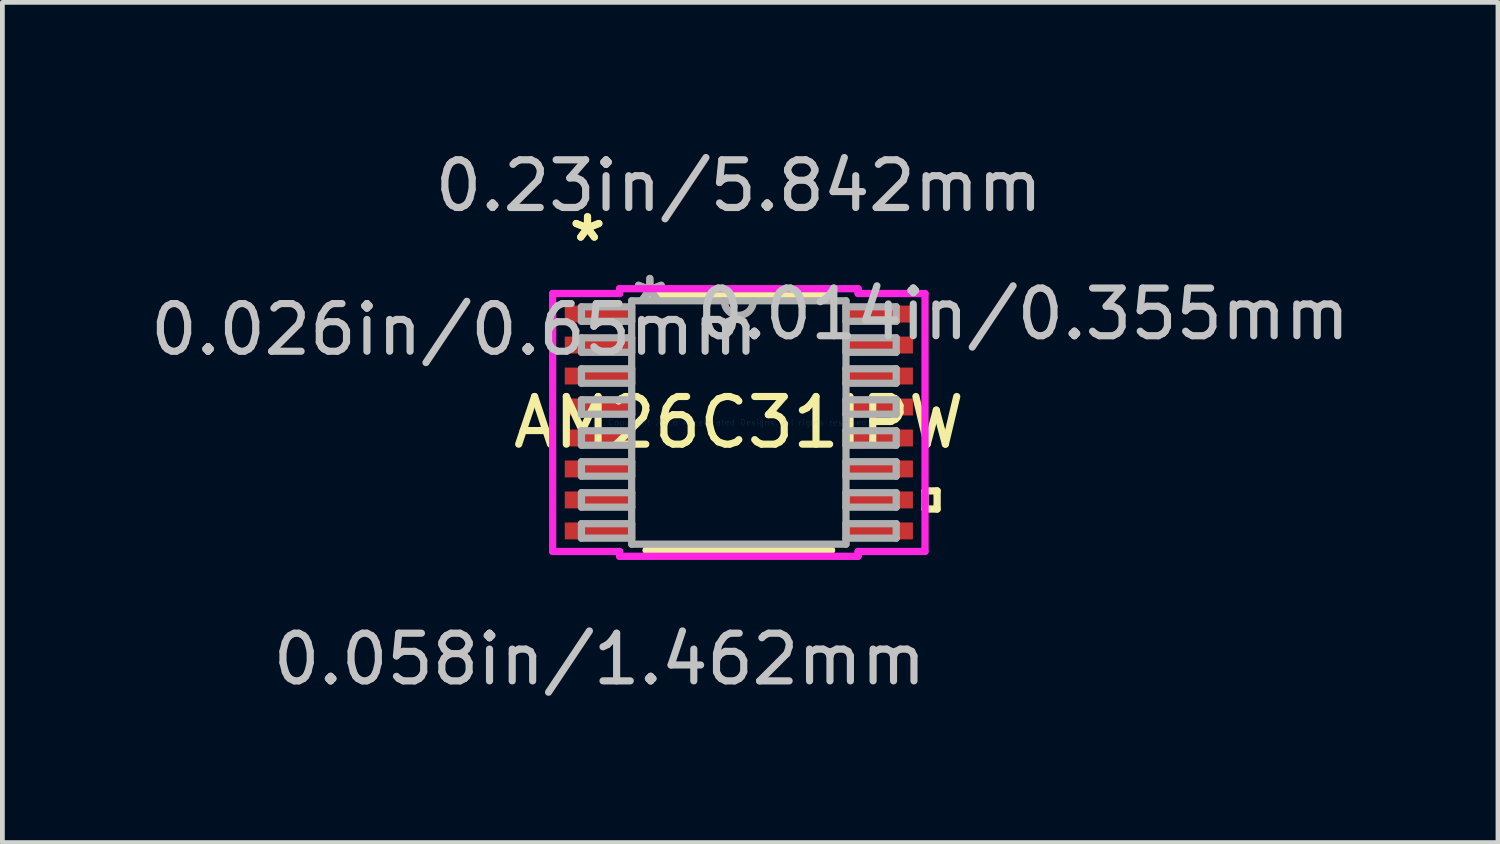
<source format=kicad_pcb>
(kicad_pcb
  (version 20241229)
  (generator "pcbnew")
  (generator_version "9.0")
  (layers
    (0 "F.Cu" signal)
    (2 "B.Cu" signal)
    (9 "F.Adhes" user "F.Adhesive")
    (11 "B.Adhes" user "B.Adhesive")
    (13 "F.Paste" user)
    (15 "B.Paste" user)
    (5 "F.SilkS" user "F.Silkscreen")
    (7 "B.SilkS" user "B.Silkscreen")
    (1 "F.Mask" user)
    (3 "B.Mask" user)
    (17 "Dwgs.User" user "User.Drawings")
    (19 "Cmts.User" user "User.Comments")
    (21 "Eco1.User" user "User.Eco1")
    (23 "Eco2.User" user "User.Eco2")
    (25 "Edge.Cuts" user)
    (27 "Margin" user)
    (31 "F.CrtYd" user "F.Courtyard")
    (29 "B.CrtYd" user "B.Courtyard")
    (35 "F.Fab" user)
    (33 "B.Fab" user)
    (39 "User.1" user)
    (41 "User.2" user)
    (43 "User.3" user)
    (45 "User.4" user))
  (footprint "AM26C31IPW"
    (layer "F.Cu")
    (at 12.451 5.814)
    (property "Reference" "AM26C31IPW" (at 0 0 0) (layer "F.SilkS") (effects (font (size 1 1) (thickness 0.15))))
    (attr through_hole)
    (fp_line (start -1.947 2.68) (end 1.947 2.68) (stroke (width 0.152) (type solid)) (layer "F.SilkS"))
    (fp_line (start 1.947 -2.68) (end -1.947 -2.68) (stroke (width 0.152) (type solid)) (layer "F.SilkS"))
    (fp_line (start 3.906 1.435) (end 4.16 1.435) (stroke (width 0.152) (type solid)) (layer "F.SilkS"))
    (fp_line (start 3.906 1.816) (end 3.906 1.435) (stroke (width 0.152) (type solid)) (layer "F.SilkS"))
    (fp_line (start 4.16 1.435) (end 4.16 1.816) (stroke (width 0.152) (type solid)) (layer "F.SilkS"))
    (fp_line (start 4.16 1.816) (end 3.906 1.816) (stroke (width 0.152) (type solid)) (layer "F.SilkS"))
    (fp_line (start -3.906 -2.706) (end -2.502 -2.706) (stroke (width 0.152) (type solid)) (layer "F.CrtYd"))
    (fp_line (start -3.906 2.706) (end -3.906 -2.706) (stroke (width 0.152) (type solid)) (layer "F.CrtYd"))
    (fp_line (start -2.502 -2.807) (end 2.502 -2.807) (stroke (width 0.152) (type solid)) (layer "F.CrtYd"))
    (fp_line (start -2.502 -2.706) (end -2.502 -2.807) (stroke (width 0.152) (type solid)) (layer "F.CrtYd"))
    (fp_line (start -2.502 2.706) (end -3.906 2.706) (stroke (width 0.152) (type solid)) (layer "F.CrtYd"))
    (fp_line (start -2.502 2.807) (end -2.502 2.706) (stroke (width 0.152) (type solid)) (layer "F.CrtYd"))
    (fp_line (start 2.502 -2.807) (end 2.502 -2.706) (stroke (width 0.152) (type solid)) (layer "F.CrtYd"))
    (fp_line (start 2.502 -2.706) (end 3.906 -2.706) (stroke (width 0.152) (type solid)) (layer "F.CrtYd"))
    (fp_line (start 2.502 2.706) (end 2.502 2.807) (stroke (width 0.152) (type solid)) (layer "F.CrtYd"))
    (fp_line (start 2.502 2.807) (end -2.502 2.807) (stroke (width 0.152) (type solid)) (layer "F.CrtYd"))
    (fp_line (start 3.906 -2.706) (end 3.906 2.706) (stroke (width 0.152) (type solid)) (layer "F.CrtYd"))
    (fp_line (start 3.906 2.706) (end 2.502 2.706) (stroke (width 0.152) (type solid)) (layer "F.CrtYd"))
    (fp_line (start -3.302 -2.427) (end -3.302 -2.123) (stroke (width 0.152) (type solid)) (layer "F.Fab"))
    (fp_line (start -3.302 -2.123) (end -2.248 -2.123) (stroke (width 0.152) (type solid)) (layer "F.Fab"))
    (fp_line (start -3.302 -1.777) (end -3.302 -1.473) (stroke (width 0.152) (type solid)) (layer "F.Fab"))
    (fp_line (start -3.302 -1.473) (end -2.248 -1.473) (stroke (width 0.152) (type solid)) (layer "F.Fab"))
    (fp_line (start -3.302 -1.127) (end -3.302 -0.823) (stroke (width 0.152) (type solid)) (layer "F.Fab"))
    (fp_line (start -3.302 -0.823) (end -2.248 -0.823) (stroke (width 0.152) (type solid)) (layer "F.Fab"))
    (fp_line (start -3.302 -0.477) (end -3.302 -0.173) (stroke (width 0.152) (type solid)) (layer "F.Fab"))
    (fp_line (start -3.302 -0.173) (end -2.248 -0.173) (stroke (width 0.152) (type solid)) (layer "F.Fab"))
    (fp_line (start -3.302 0.173) (end -3.302 0.477) (stroke (width 0.152) (type solid)) (layer "F.Fab"))
    (fp_line (start -3.302 0.477) (end -2.248 0.477) (stroke (width 0.152) (type solid)) (layer "F.Fab"))
    (fp_line (start -3.302 0.823) (end -3.302 1.127) (stroke (width 0.152) (type solid)) (layer "F.Fab"))
    (fp_line (start -3.302 1.127) (end -2.248 1.127) (stroke (width 0.152) (type solid)) (layer "F.Fab"))
    (fp_line (start -3.302 1.473) (end -3.302 1.777) (stroke (width 0.152) (type solid)) (layer "F.Fab"))
    (fp_line (start -3.302 1.777) (end -2.248 1.777) (stroke (width 0.152) (type solid)) (layer "F.Fab"))
    (fp_line (start -3.302 2.123) (end -3.302 2.427) (stroke (width 0.152) (type solid)) (layer "F.Fab"))
    (fp_line (start -3.302 2.427) (end -2.248 2.427) (stroke (width 0.152) (type solid)) (layer "F.Fab"))
    (fp_line (start -2.248 -2.553) (end -2.248 2.553) (stroke (width 0.152) (type solid)) (layer "F.Fab"))
    (fp_line (start -2.248 -2.427) (end -3.302 -2.427) (stroke (width 0.152) (type solid)) (layer "F.Fab"))
    (fp_line (start -2.248 -2.123) (end -2.248 -2.427) (stroke (width 0.152) (type solid)) (layer "F.Fab"))
    (fp_line (start -2.248 -1.777) (end -3.302 -1.777) (stroke (width 0.152) (type solid)) (layer "F.Fab"))
    (fp_line (start -2.248 -1.473) (end -2.248 -1.777) (stroke (width 0.152) (type solid)) (layer "F.Fab"))
    (fp_line (start -2.248 -1.127) (end -3.302 -1.127) (stroke (width 0.152) (type solid)) (layer "F.Fab"))
    (fp_line (start -2.248 -0.823) (end -2.248 -1.127) (stroke (width 0.152) (type solid)) (layer "F.Fab"))
    (fp_line (start -2.248 -0.477) (end -3.302 -0.477) (stroke (width 0.152) (type solid)) (layer "F.Fab"))
    (fp_line (start -2.248 -0.173) (end -2.248 -0.477) (stroke (width 0.152) (type solid)) (layer "F.Fab"))
    (fp_line (start -2.248 0.173) (end -3.302 0.173) (stroke (width 0.152) (type solid)) (layer "F.Fab"))
    (fp_line (start -2.248 0.477) (end -2.248 0.173) (stroke (width 0.152) (type solid)) (layer "F.Fab"))
    (fp_line (start -2.248 0.823) (end -3.302 0.823) (stroke (width 0.152) (type solid)) (layer "F.Fab"))
    (fp_line (start -2.248 1.127) (end -2.248 0.823) (stroke (width 0.152) (type solid)) (layer "F.Fab"))
    (fp_line (start -2.248 1.473) (end -3.302 1.473) (stroke (width 0.152) (type solid)) (layer "F.Fab"))
    (fp_line (start -2.248 1.777) (end -2.248 1.473) (stroke (width 0.152) (type solid)) (layer "F.Fab"))
    (fp_line (start -2.248 2.123) (end -3.302 2.123) (stroke (width 0.152) (type solid)) (layer "F.Fab"))
    (fp_line (start -2.248 2.427) (end -2.248 2.123) (stroke (width 0.152) (type solid)) (layer "F.Fab"))
    (fp_line (start -2.248 2.553) (end 2.248 2.553) (stroke (width 0.152) (type solid)) (layer "F.Fab"))
    (fp_line (start 2.248 -2.553) (end -2.248 -2.553) (stroke (width 0.152) (type solid)) (layer "F.Fab"))
    (fp_line (start 2.248 -2.427) (end 2.248 -2.123) (stroke (width 0.152) (type solid)) (layer "F.Fab"))
    (fp_line (start 2.248 -2.123) (end 3.302 -2.123) (stroke (width 0.152) (type solid)) (layer "F.Fab"))
    (fp_line (start 2.248 -1.777) (end 2.248 -1.473) (stroke (width 0.152) (type solid)) (layer "F.Fab"))
    (fp_line (start 2.248 -1.473) (end 3.302 -1.473) (stroke (width 0.152) (type solid)) (layer "F.Fab"))
    (fp_line (start 2.248 -1.127) (end 2.248 -0.823) (stroke (width 0.152) (type solid)) (layer "F.Fab"))
    (fp_line (start 2.248 -0.823) (end 3.302 -0.823) (stroke (width 0.152) (type solid)) (layer "F.Fab"))
    (fp_line (start 2.248 -0.477) (end 2.248 -0.173) (stroke (width 0.152) (type solid)) (layer "F.Fab"))
    (fp_line (start 2.248 -0.173) (end 3.302 -0.173) (stroke (width 0.152) (type solid)) (layer "F.Fab"))
    (fp_line (start 2.248 0.173) (end 2.248 0.477) (stroke (width 0.152) (type solid)) (layer "F.Fab"))
    (fp_line (start 2.248 0.477) (end 3.302 0.477) (stroke (width 0.152) (type solid)) (layer "F.Fab"))
    (fp_line (start 2.248 0.823) (end 2.248 1.127) (stroke (width 0.152) (type solid)) (layer "F.Fab"))
    (fp_line (start 2.248 1.127) (end 3.302 1.127) (stroke (width 0.152) (type solid)) (layer "F.Fab"))
    (fp_line (start 2.248 1.473) (end 2.248 1.777) (stroke (width 0.152) (type solid)) (layer "F.Fab"))
    (fp_line (start 2.248 1.777) (end 3.302 1.777) (stroke (width 0.152) (type solid)) (layer "F.Fab"))
    (fp_line (start 2.248 2.123) (end 2.248 2.427) (stroke (width 0.152) (type solid)) (layer "F.Fab"))
    (fp_line (start 2.248 2.427) (end 3.302 2.427) (stroke (width 0.152) (type solid)) (layer "F.Fab"))
    (fp_line (start 2.248 2.553) (end 2.248 -2.553) (stroke (width 0.152) (type solid)) (layer "F.Fab"))
    (fp_line (start 3.302 -2.427) (end 2.248 -2.427) (stroke (width 0.152) (type solid)) (layer "F.Fab"))
    (fp_line (start 3.302 -2.123) (end 3.302 -2.427) (stroke (width 0.152) (type solid)) (layer "F.Fab"))
    (fp_line (start 3.302 -1.777) (end 2.248 -1.777) (stroke (width 0.152) (type solid)) (layer "F.Fab"))
    (fp_line (start 3.302 -1.473) (end 3.302 -1.777) (stroke (width 0.152) (type solid)) (layer "F.Fab"))
    (fp_line (start 3.302 -1.127) (end 2.248 -1.127) (stroke (width 0.152) (type solid)) (layer "F.Fab"))
    (fp_line (start 3.302 -0.823) (end 3.302 -1.127) (stroke (width 0.152) (type solid)) (layer "F.Fab"))
    (fp_line (start 3.302 -0.477) (end 2.248 -0.477) (stroke (width 0.152) (type solid)) (layer "F.Fab"))
    (fp_line (start 3.302 -0.173) (end 3.302 -0.477) (stroke (width 0.152) (type solid)) (layer "F.Fab"))
    (fp_line (start 3.302 0.173) (end 2.248 0.173) (stroke (width 0.152) (type solid)) (layer "F.Fab"))
    (fp_line (start 3.302 0.477) (end 3.302 0.173) (stroke (width 0.152) (type solid)) (layer "F.Fab"))
    (fp_line (start 3.302 0.823) (end 2.248 0.823) (stroke (width 0.152) (type solid)) (layer "F.Fab"))
    (fp_line (start 3.302 1.127) (end 3.302 0.823) (stroke (width 0.152) (type solid)) (layer "F.Fab"))
    (fp_line (start 3.302 1.473) (end 2.248 1.473) (stroke (width 0.152) (type solid)) (layer "F.Fab"))
    (fp_line (start 3.302 1.777) (end 3.302 1.473) (stroke (width 0.152) (type solid)) (layer "F.Fab"))
    (fp_line (start 3.302 2.123) (end 2.248 2.123) (stroke (width 0.152) (type solid)) (layer "F.Fab"))
    (fp_line (start 3.302 2.427) (end 3.302 2.123) (stroke (width 0.152) (type solid)) (layer "F.Fab"))
    (fp_arc (start 0.3048 -2.5527) (mid 0 -2.2479) (end -0.3048 -2.5527) (stroke (width 0.1524) (type solid)) (layer "F.Fab"))
    (fp_text user "*" (at -3.175 -3.773 0) (layer "F.SilkS") (effects (font (size 1 1) (thickness 0.15))))
    (fp_text user "*" (at -3.175 -3.773 0) (layer "F.SilkS") (effects (font (size 1 1) (thickness 0.15))))
    (fp_text user "0.026in/0.65mm" (at -5.969 -1.95 0) (layer "Dwgs.User") (effects (font (size 1 1) (thickness 0.15))))
    (fp_text user "0.014in/0.355mm" (at 5.969 -2.275 0) (layer "Dwgs.User") (effects (font (size 1 1) (thickness 0.15))))
    (fp_text user "0.23in/5.842mm" (at 0 -4.966 0) (layer "Dwgs.User") (effects (font (size 1 1) (thickness 0.15))))
    (fp_text user "0.058in/1.462mm" (at -2.921 4.966 0) (layer "Dwgs.User") (effects (font (size 1 1) (thickness 0.15))))
    (fp_text user "Copyright 2016 Accelerated Designs. All rights reserved." (at 0 0 0) (layer "Cmts.User") (effects (font (size 0.127 0.127) (thickness 0.002))))
    (fp_text user "*" (at -1.867 -2.477 0) (layer "F.Fab") (effects (font (size 1 1) (thickness 0.15))))
    (fp_text user "*" (at -1.867 -2.477 0) (layer "F.Fab") (effects (font (size 1 1) (thickness 0.15))))
    (pad "1" smd rect (at -2.921 -2.275) (size 1.462 0.355) (layers "F.Cu" "F.Mask" "F.Paste"))
    (pad "2" smd rect (at -2.921 -1.625) (size 1.462 0.355) (layers "F.Cu" "F.Mask" "F.Paste"))
    (pad "3" smd rect (at -2.921 -0.975) (size 1.462 0.355) (layers "F.Cu" "F.Mask" "F.Paste"))
    (pad "4" smd rect (at -2.921 -0.325) (size 1.462 0.355) (layers "F.Cu" "F.Mask" "F.Paste"))
    (pad "5" smd rect (at -2.921 0.325) (size 1.462 0.355) (layers "F.Cu" "F.Mask" "F.Paste"))
    (pad "6" smd rect (at -2.921 0.975) (size 1.462 0.355) (layers "F.Cu" "F.Mask" "F.Paste"))
    (pad "7" smd rect (at -2.921 1.625) (size 1.462 0.355) (layers "F.Cu" "F.Mask" "F.Paste"))
    (pad "8" smd rect (at -2.921 2.275) (size 1.462 0.355) (layers "F.Cu" "F.Mask" "F.Paste"))
    (pad "9" smd rect (at 2.921 2.275) (size 1.462 0.355) (layers "F.Cu" "F.Mask" "F.Paste"))
    (pad "10" smd rect (at 2.921 1.625) (size 1.462 0.355) (layers "F.Cu" "F.Mask" "F.Paste"))
    (pad "11" smd rect (at 2.921 0.975) (size 1.462 0.355) (layers "F.Cu" "F.Mask" "F.Paste"))
    (pad "12" smd rect (at 2.921 0.325) (size 1.462 0.355) (layers "F.Cu" "F.Mask" "F.Paste"))
    (pad "13" smd rect (at 2.921 -0.325) (size 1.462 0.355) (layers "F.Cu" "F.Mask" "F.Paste"))
    (pad "14" smd rect (at 2.921 -0.975) (size 1.462 0.355) (layers "F.Cu" "F.Mask" "F.Paste"))
    (pad "15" smd rect (at 2.921 -1.625) (size 1.462 0.355) (layers "F.Cu" "F.Mask" "F.Paste"))
    (pad "16" smd rect (at 2.921 -2.275) (size 1.462 0.355) (layers "F.Cu" "F.Mask" "F.Paste")))
  (gr_rect
    (start -3 -3)
    (end 28.378 14.628)
    (stroke (width 0.1) (type default))
    (fill no)
    (layer "Edge.Cuts")))
</source>
